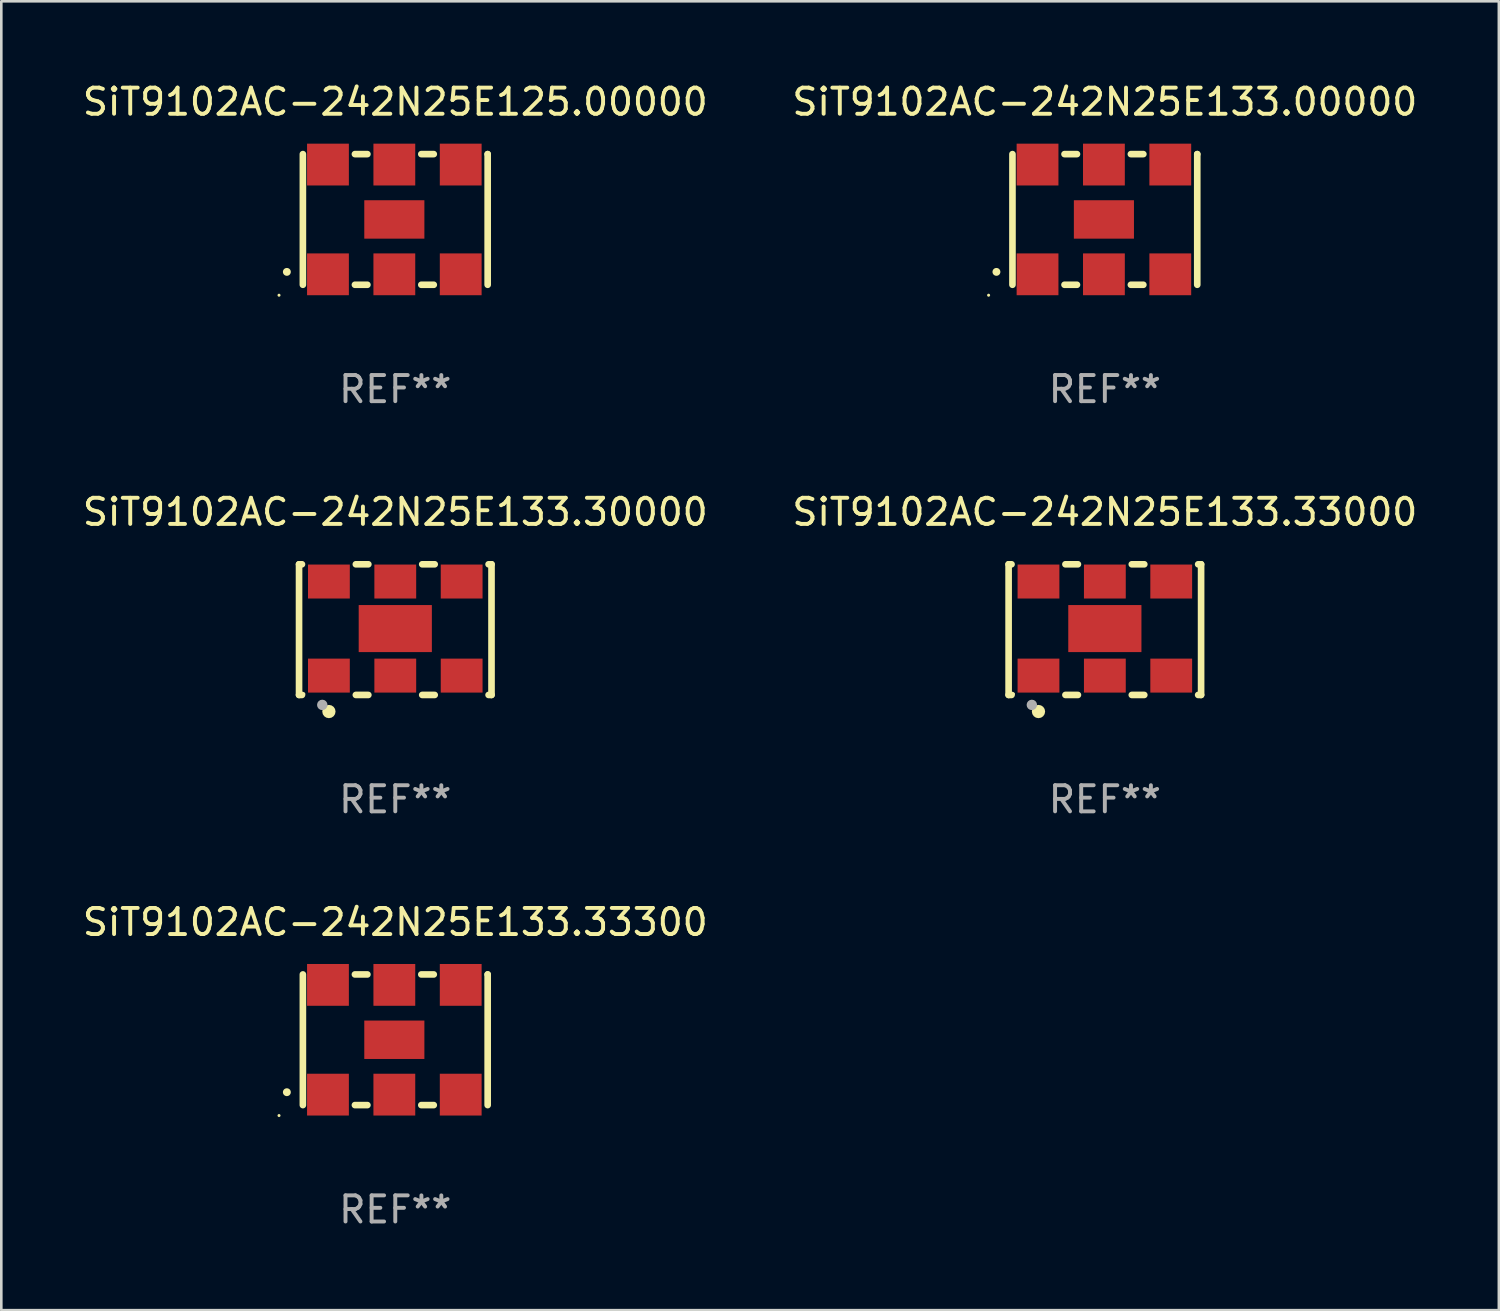
<source format=kicad_pcb>
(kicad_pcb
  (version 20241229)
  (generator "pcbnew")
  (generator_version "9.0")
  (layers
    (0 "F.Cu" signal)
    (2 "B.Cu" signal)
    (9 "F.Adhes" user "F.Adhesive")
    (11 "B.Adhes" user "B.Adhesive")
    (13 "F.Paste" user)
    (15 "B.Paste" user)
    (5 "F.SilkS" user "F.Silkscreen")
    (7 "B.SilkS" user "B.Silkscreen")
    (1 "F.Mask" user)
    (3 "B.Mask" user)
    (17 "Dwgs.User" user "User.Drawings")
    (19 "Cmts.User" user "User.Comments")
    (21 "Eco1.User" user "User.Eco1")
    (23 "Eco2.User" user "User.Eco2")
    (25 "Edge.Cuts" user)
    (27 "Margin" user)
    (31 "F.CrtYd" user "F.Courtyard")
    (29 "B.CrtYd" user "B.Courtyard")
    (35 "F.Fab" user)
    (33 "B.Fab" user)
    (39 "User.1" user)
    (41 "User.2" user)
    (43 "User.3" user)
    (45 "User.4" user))
  (footprint "SiT9102AC-242N25E125.00000"
    (layer "F.Cu")
    (at 12.077 5.348)
    (property "Reference" "SiT9102AC-242N25E125.00000" (at 0 -4.5 0) (layer "F.SilkS") (effects (font (size 1 1) (thickness 0.15))))
    (attr through_hole)
    (fp_line (start -3.536 -2.5) (end -3.536 2.5) (stroke (width 0.254) (type solid)) (layer "F.SilkS"))
    (fp_line (start -1.544 2.5) (end -1.067 2.5) (stroke (width 0.254) (type solid)) (layer "F.SilkS"))
    (fp_line (start -1.067 -2.5) (end -1.544 -2.5) (stroke (width 0.254) (type solid)) (layer "F.SilkS"))
    (fp_line (start 0.996 2.5) (end 1.473 2.5) (stroke (width 0.254) (type solid)) (layer "F.SilkS"))
    (fp_line (start 1.473 -2.5) (end 0.996 -2.5) (stroke (width 0.254) (type solid)) (layer "F.SilkS"))
    (fp_line (start 3.536 -2.5) (end 3.536 -2.5) (stroke (width 0.254) (type solid)) (layer "F.SilkS"))
    (fp_line (start 3.536 2.5) (end 3.536 -2.5) (stroke (width 0.254) (type solid)) (layer "F.SilkS"))
    (fp_arc (start -4.150432 2.006604) (mid -4.149162 2.006599) (end -4.147892 2.006604) (stroke (width 0.3) (type solid)) (layer "F.SilkS"))
    (fp_circle (center -4.449 2.9) (end -4.419 2.9) (stroke (width 0.06) (type solid)) (fill no) (layer "F.SilkS"))
    (fp_text user "REF**" (at 0 6.5 0) (layer "F.Fab") (effects (font (size 1 1) (thickness 0.15))))
    (pad "1" smd rect (at -2.576 2.1) (size 1.6 1.6) (layers "F.Cu" "F.Mask" "F.Paste"))
    (pad "2" smd rect (at -0.036 2.1) (size 1.6 1.6) (layers "F.Cu" "F.Mask" "F.Paste"))
    (pad "3" smd rect (at 2.504 2.1) (size 1.6 1.6) (layers "F.Cu" "F.Mask" "F.Paste"))
    (pad "4" smd rect (at 2.504 -2.1) (size 1.6 1.6) (layers "F.Cu" "F.Mask" "F.Paste"))
    (pad "5" smd rect (at -0.036 -2.1) (size 1.6 1.6) (layers "F.Cu" "F.Mask" "F.Paste"))
    (pad "6" smd rect (at -2.576 -2.1) (size 1.6 1.6) (layers "F.Cu" "F.Mask" "F.Paste"))
    (pad "7" smd rect (at -0.036 0) (size 2.3 1.47) (layers "F.Cu" "F.Mask" "F.Paste")))
  (footprint "SiT9102AC-242N25E133.33000"
    (layer "F.Cu")
    (at 39.232 21.045)
    (property "Reference" "SiT9102AC-242N25E133.33000" (at 0 -4.5 0) (layer "F.SilkS") (effects (font (size 1 1) (thickness 0.15))))
    (attr through_hole)
    (fp_line (start -3.683 -2.5) (end -3.571 -2.5) (stroke (width 0.254) (type solid)) (layer "F.SilkS"))
    (fp_line (start -3.683 2.5) (end -3.683 -2.5) (stroke (width 0.254) (type solid)) (layer "F.SilkS"))
    (fp_line (start -3.683 2.5) (end -3.571 2.5) (stroke (width 0.254) (type solid)) (layer "F.SilkS"))
    (fp_line (start -1.509 -2.5) (end -1.031 -2.5) (stroke (width 0.254) (type solid)) (layer "F.SilkS"))
    (fp_line (start -1.509 2.5) (end -1.031 2.5) (stroke (width 0.254) (type solid)) (layer "F.SilkS"))
    (fp_line (start 1.031 -2.5) (end 1.509 -2.5) (stroke (width 0.254) (type solid)) (layer "F.SilkS"))
    (fp_line (start 1.031 2.5) (end 1.509 2.5) (stroke (width 0.254) (type solid)) (layer "F.SilkS"))
    (fp_line (start 3.571 -2.5) (end 3.683 -2.5) (stroke (width 0.254) (type solid)) (layer "F.SilkS"))
    (fp_line (start 3.571 2.5) (end 3.683 2.5) (stroke (width 0.254) (type solid)) (layer "F.SilkS"))
    (fp_line (start 3.683 2.5) (end 3.683 -2.5) (stroke (width 0.254) (type solid)) (layer "F.SilkS"))
    (fp_circle (center -3.5 2.46) (end -3.47 2.46) (stroke (width 0.06) (type solid)) (fill no) (layer "F.SilkS"))
    (fp_circle (center -2.54 3.135) (end -2.413 3.135) (stroke (width 0.254) (type solid)) (fill no) (layer "F.SilkS"))
    (fp_circle (center -2.794 2.881) (end -2.694 2.881) (stroke (width 0.2) (type solid)) (fill no) (layer "F.Fab"))
    (fp_text user "REF**" (at 0 6.5 0) (layer "F.Fab") (effects (font (size 1 1) (thickness 0.15))))
    (pad "1" smd rect (at -2.54 1.76) (size 1.6 1.3) (layers "F.Cu" "F.Mask" "F.Paste"))
    (pad "2" smd rect (at 0 1.76) (size 1.6 1.3) (layers "F.Cu" "F.Mask" "F.Paste"))
    (pad "3" smd rect (at 2.54 1.76) (size 1.6 1.3) (layers "F.Cu" "F.Mask" "F.Paste"))
    (pad "4" smd rect (at 2.54 -1.84) (size 1.6 1.3) (layers "F.Cu" "F.Mask" "F.Paste"))
    (pad "5" smd rect (at 0 -1.84) (size 1.6 1.3) (layers "F.Cu" "F.Mask" "F.Paste"))
    (pad "6" smd rect (at -2.54 -1.84) (size 1.6 1.3) (layers "F.Cu" "F.Mask" "F.Paste"))
    (pad "7" smd rect (at 0 -0.04) (size 2.8 1.8) (layers "F.Cu" "F.Mask" "F.Paste")))
  (footprint "SiT9102AC-242N25E133.30000"
    (layer "F.Cu")
    (at 12.077 21.045)
    (property "Reference" "SiT9102AC-242N25E133.30000" (at 0 -4.5 0) (layer "F.SilkS") (effects (font (size 1 1) (thickness 0.15))))
    (attr through_hole)
    (fp_line (start -3.683 -2.5) (end -3.571 -2.5) (stroke (width 0.254) (type solid)) (layer "F.SilkS"))
    (fp_line (start -3.683 2.5) (end -3.683 -2.5) (stroke (width 0.254) (type solid)) (layer "F.SilkS"))
    (fp_line (start -3.683 2.5) (end -3.571 2.5) (stroke (width 0.254) (type solid)) (layer "F.SilkS"))
    (fp_line (start -1.509 -2.5) (end -1.031 -2.5) (stroke (width 0.254) (type solid)) (layer "F.SilkS"))
    (fp_line (start -1.509 2.5) (end -1.031 2.5) (stroke (width 0.254) (type solid)) (layer "F.SilkS"))
    (fp_line (start 1.031 -2.5) (end 1.509 -2.5) (stroke (width 0.254) (type solid)) (layer "F.SilkS"))
    (fp_line (start 1.031 2.5) (end 1.509 2.5) (stroke (width 0.254) (type solid)) (layer "F.SilkS"))
    (fp_line (start 3.571 -2.5) (end 3.683 -2.5) (stroke (width 0.254) (type solid)) (layer "F.SilkS"))
    (fp_line (start 3.571 2.5) (end 3.683 2.5) (stroke (width 0.254) (type solid)) (layer "F.SilkS"))
    (fp_line (start 3.683 2.5) (end 3.683 -2.5) (stroke (width 0.254) (type solid)) (layer "F.SilkS"))
    (fp_circle (center -3.5 2.46) (end -3.47 2.46) (stroke (width 0.06) (type solid)) (fill no) (layer "F.SilkS"))
    (fp_circle (center -2.54 3.135) (end -2.413 3.135) (stroke (width 0.254) (type solid)) (fill no) (layer "F.SilkS"))
    (fp_circle (center -2.794 2.881) (end -2.694 2.881) (stroke (width 0.2) (type solid)) (fill no) (layer "F.Fab"))
    (fp_text user "REF**" (at 0 6.5 0) (layer "F.Fab") (effects (font (size 1 1) (thickness 0.15))))
    (pad "1" smd rect (at -2.54 1.76) (size 1.6 1.3) (layers "F.Cu" "F.Mask" "F.Paste"))
    (pad "2" smd rect (at 0 1.76) (size 1.6 1.3) (layers "F.Cu" "F.Mask" "F.Paste"))
    (pad "3" smd rect (at 2.54 1.76) (size 1.6 1.3) (layers "F.Cu" "F.Mask" "F.Paste"))
    (pad "4" smd rect (at 2.54 -1.84) (size 1.6 1.3) (layers "F.Cu" "F.Mask" "F.Paste"))
    (pad "5" smd rect (at 0 -1.84) (size 1.6 1.3) (layers "F.Cu" "F.Mask" "F.Paste"))
    (pad "6" smd rect (at -2.54 -1.84) (size 1.6 1.3) (layers "F.Cu" "F.Mask" "F.Paste"))
    (pad "7" smd rect (at 0 -0.04) (size 2.8 1.8) (layers "F.Cu" "F.Mask" "F.Paste")))
  (footprint "SiT9102AC-242N25E133.33300"
    (layer "F.Cu")
    (at 12.077 36.741)
    (property "Reference" "SiT9102AC-242N25E133.33300" (at 0 -4.5 0) (layer "F.SilkS") (effects (font (size 1 1) (thickness 0.15))))
    (attr through_hole)
    (fp_line (start -3.536 -2.5) (end -3.536 2.5) (stroke (width 0.254) (type solid)) (layer "F.SilkS"))
    (fp_line (start -1.544 2.5) (end -1.067 2.5) (stroke (width 0.254) (type solid)) (layer "F.SilkS"))
    (fp_line (start -1.067 -2.5) (end -1.544 -2.5) (stroke (width 0.254) (type solid)) (layer "F.SilkS"))
    (fp_line (start 0.996 2.5) (end 1.473 2.5) (stroke (width 0.254) (type solid)) (layer "F.SilkS"))
    (fp_line (start 1.473 -2.5) (end 0.996 -2.5) (stroke (width 0.254) (type solid)) (layer "F.SilkS"))
    (fp_line (start 3.536 -2.5) (end 3.536 -2.5) (stroke (width 0.254) (type solid)) (layer "F.SilkS"))
    (fp_line (start 3.536 2.5) (end 3.536 -2.5) (stroke (width 0.254) (type solid)) (layer "F.SilkS"))
    (fp_arc (start -4.150432 2.006604) (mid -4.149162 2.006599) (end -4.147892 2.006604) (stroke (width 0.3) (type solid)) (layer "F.SilkS"))
    (fp_circle (center -4.449 2.9) (end -4.419 2.9) (stroke (width 0.06) (type solid)) (fill no) (layer "F.SilkS"))
    (fp_text user "REF**" (at 0 6.5 0) (layer "F.Fab") (effects (font (size 1 1) (thickness 0.15))))
    (pad "1" smd rect (at -2.576 2.1) (size 1.6 1.6) (layers "F.Cu" "F.Mask" "F.Paste"))
    (pad "2" smd rect (at -0.036 2.1) (size 1.6 1.6) (layers "F.Cu" "F.Mask" "F.Paste"))
    (pad "3" smd rect (at 2.504 2.1) (size 1.6 1.6) (layers "F.Cu" "F.Mask" "F.Paste"))
    (pad "4" smd rect (at 2.504 -2.1) (size 1.6 1.6) (layers "F.Cu" "F.Mask" "F.Paste"))
    (pad "5" smd rect (at -0.036 -2.1) (size 1.6 1.6) (layers "F.Cu" "F.Mask" "F.Paste"))
    (pad "6" smd rect (at -2.576 -2.1) (size 1.6 1.6) (layers "F.Cu" "F.Mask" "F.Paste"))
    (pad "7" smd rect (at -0.036 0) (size 2.3 1.47) (layers "F.Cu" "F.Mask" "F.Paste")))
  (footprint "SiT9102AC-242N25E133.00000"
    (layer "F.Cu")
    (at 39.232 5.348)
    (property "Reference" "SiT9102AC-242N25E133.00000" (at 0 -4.5 0) (layer "F.SilkS") (effects (font (size 1 1) (thickness 0.15))))
    (attr through_hole)
    (fp_line (start -3.536 -2.5) (end -3.536 2.5) (stroke (width 0.254) (type solid)) (layer "F.SilkS"))
    (fp_line (start -1.544 2.5) (end -1.067 2.5) (stroke (width 0.254) (type solid)) (layer "F.SilkS"))
    (fp_line (start -1.067 -2.5) (end -1.544 -2.5) (stroke (width 0.254) (type solid)) (layer "F.SilkS"))
    (fp_line (start 0.996 2.5) (end 1.473 2.5) (stroke (width 0.254) (type solid)) (layer "F.SilkS"))
    (fp_line (start 1.473 -2.5) (end 0.996 -2.5) (stroke (width 0.254) (type solid)) (layer "F.SilkS"))
    (fp_line (start 3.536 -2.5) (end 3.536 -2.5) (stroke (width 0.254) (type solid)) (layer "F.SilkS"))
    (fp_line (start 3.536 2.5) (end 3.536 -2.5) (stroke (width 0.254) (type solid)) (layer "F.SilkS"))
    (fp_arc (start -4.150432 2.006604) (mid -4.149162 2.006599) (end -4.147892 2.006604) (stroke (width 0.3) (type solid)) (layer "F.SilkS"))
    (fp_circle (center -4.449 2.9) (end -4.419 2.9) (stroke (width 0.06) (type solid)) (fill no) (layer "F.SilkS"))
    (fp_text user "REF**" (at 0 6.5 0) (layer "F.Fab") (effects (font (size 1 1) (thickness 0.15))))
    (pad "1" smd rect (at -2.576 2.1) (size 1.6 1.6) (layers "F.Cu" "F.Mask" "F.Paste"))
    (pad "2" smd rect (at -0.036 2.1) (size 1.6 1.6) (layers "F.Cu" "F.Mask" "F.Paste"))
    (pad "3" smd rect (at 2.504 2.1) (size 1.6 1.6) (layers "F.Cu" "F.Mask" "F.Paste"))
    (pad "4" smd rect (at 2.504 -2.1) (size 1.6 1.6) (layers "F.Cu" "F.Mask" "F.Paste"))
    (pad "5" smd rect (at -0.036 -2.1) (size 1.6 1.6) (layers "F.Cu" "F.Mask" "F.Paste"))
    (pad "6" smd rect (at -2.576 -2.1) (size 1.6 1.6) (layers "F.Cu" "F.Mask" "F.Paste"))
    (pad "7" smd rect (at -0.036 0) (size 2.3 1.47) (layers "F.Cu" "F.Mask" "F.Paste")))
  (gr_rect
    (start -3 -3)
    (end 54.31 47.09)
    (stroke (width 0.1) (type default))
    (fill no)
    (layer "Edge.Cuts")))
</source>
